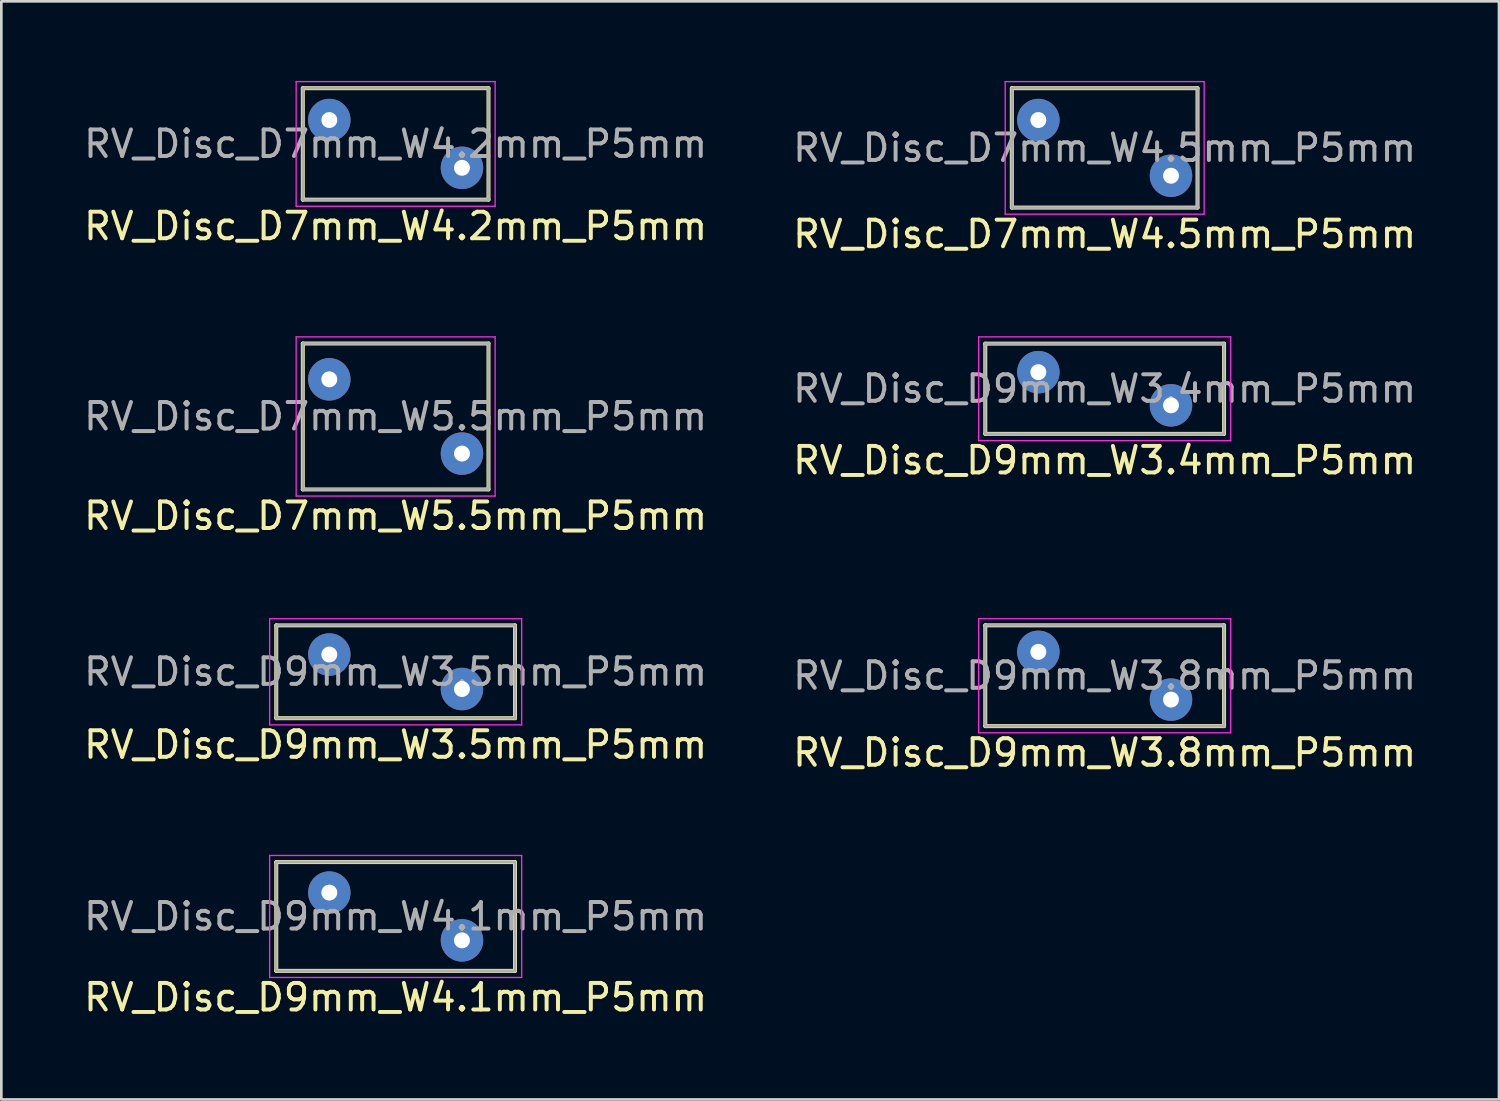
<source format=kicad_pcb>
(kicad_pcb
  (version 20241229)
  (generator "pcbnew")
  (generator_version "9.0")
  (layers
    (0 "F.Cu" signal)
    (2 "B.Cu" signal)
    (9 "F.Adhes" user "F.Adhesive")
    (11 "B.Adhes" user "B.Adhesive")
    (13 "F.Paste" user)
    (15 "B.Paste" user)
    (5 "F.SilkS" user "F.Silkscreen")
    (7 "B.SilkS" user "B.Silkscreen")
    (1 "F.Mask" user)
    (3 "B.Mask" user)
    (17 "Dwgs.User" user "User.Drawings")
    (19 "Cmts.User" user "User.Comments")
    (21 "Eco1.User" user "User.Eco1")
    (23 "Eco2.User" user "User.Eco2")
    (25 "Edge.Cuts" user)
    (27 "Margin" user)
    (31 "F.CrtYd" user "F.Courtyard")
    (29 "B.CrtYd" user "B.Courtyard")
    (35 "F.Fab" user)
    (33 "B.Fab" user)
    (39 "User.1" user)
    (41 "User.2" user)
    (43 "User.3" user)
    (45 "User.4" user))
  (footprint "RV_Disc_D9mm_W3.4mm_P5mm"
    (layer "F.Cu")
    (at 36.089 10.978)
    (property "Reference" "RV_Disc_D9mm_W3.4mm_P5mm" (at 2.5 3.325 0) (layer "F.SilkS") (effects (font (size 1 1) (thickness 0.15))))
    (attr through_hole)
    (fp_line (start -2 -1.075) (end -2 2.325) (stroke (width 0.15) (type solid)) (layer "F.SilkS"))
    (fp_line (start -2 -1.075) (end 7 -1.075) (stroke (width 0.15) (type solid)) (layer "F.SilkS"))
    (fp_line (start -2 2.325) (end 7 2.325) (stroke (width 0.15) (type solid)) (layer "F.SilkS"))
    (fp_line (start 7 -1.075) (end 7 2.325) (stroke (width 0.15) (type solid)) (layer "F.SilkS"))
    (fp_line (start -2.25 -1.33) (end -2.25 2.58) (stroke (width 0.05) (type solid)) (layer "F.CrtYd"))
    (fp_line (start -2.25 -1.33) (end 7.25 -1.33) (stroke (width 0.05) (type solid)) (layer "F.CrtYd"))
    (fp_line (start -2.25 2.58) (end 7.25 2.58) (stroke (width 0.05) (type solid)) (layer "F.CrtYd"))
    (fp_line (start 7.25 -1.33) (end 7.25 2.58) (stroke (width 0.05) (type solid)) (layer "F.CrtYd"))
    (fp_line (start -2 -1.075) (end -2 2.325) (stroke (width 0.1) (type solid)) (layer "F.Fab"))
    (fp_line (start -2 -1.075) (end 7 -1.075) (stroke (width 0.1) (type solid)) (layer "F.Fab"))
    (fp_line (start -2 2.325) (end 7 2.325) (stroke (width 0.1) (type solid)) (layer "F.Fab"))
    (fp_line (start 7 -1.075) (end 7 2.325) (stroke (width 0.1) (type solid)) (layer "F.Fab"))
    (fp_text user "${REFERENCE}" (at 2.5 0.625 0) (layer "F.Fab") (effects (font (size 1 1) (thickness 0.15))))
    (pad "1" thru_hole circle (at 0 0) (size 1.6 1.6) (drill 0.6) (layers "*.Cu" "*.Mask"))
    (pad "2" thru_hole circle (at 5 1.25) (size 1.6 1.6) (drill 0.6) (layers "*.Cu" "*.Mask")))
  (footprint "RV_Disc_D7mm_W4.2mm_P5mm"
    (layer "F.Cu")
    (at 9.363 1.475)
    (property "Reference" "RV_Disc_D7mm_W4.2mm_P5mm" (at 2.5 4 0) (layer "F.SilkS") (effects (font (size 1 1) (thickness 0.15))))
    (attr through_hole)
    (fp_line (start -1 -1.2) (end -1 3) (stroke (width 0.15) (type solid)) (layer "F.SilkS"))
    (fp_line (start -1 -1.2) (end 6 -1.2) (stroke (width 0.15) (type solid)) (layer "F.SilkS"))
    (fp_line (start -1 3) (end 6 3) (stroke (width 0.15) (type solid)) (layer "F.SilkS"))
    (fp_line (start 6 -1.2) (end 6 3) (stroke (width 0.15) (type solid)) (layer "F.SilkS"))
    (fp_line (start -1.25 -1.45) (end -1.25 3.25) (stroke (width 0.05) (type solid)) (layer "F.CrtYd"))
    (fp_line (start -1.25 -1.45) (end 6.25 -1.45) (stroke (width 0.05) (type solid)) (layer "F.CrtYd"))
    (fp_line (start -1.25 3.25) (end 6.25 3.25) (stroke (width 0.05) (type solid)) (layer "F.CrtYd"))
    (fp_line (start 6.25 -1.45) (end 6.25 3.25) (stroke (width 0.05) (type solid)) (layer "F.CrtYd"))
    (fp_line (start -1 -1.2) (end -1 3) (stroke (width 0.1) (type solid)) (layer "F.Fab"))
    (fp_line (start -1 -1.2) (end 6 -1.2) (stroke (width 0.1) (type solid)) (layer "F.Fab"))
    (fp_line (start -1 3) (end 6 3) (stroke (width 0.1) (type solid)) (layer "F.Fab"))
    (fp_line (start 6 -1.2) (end 6 3) (stroke (width 0.1) (type solid)) (layer "F.Fab"))
    (fp_text user "${REFERENCE}" (at 2.5 0.9 0) (layer "F.Fab") (effects (font (size 1 1) (thickness 0.15))))
    (pad "1" thru_hole circle (at 0 0) (size 1.6 1.6) (drill 0.6) (layers "*.Cu" "*.Mask"))
    (pad "2" thru_hole circle (at 5 1.8) (size 1.6 1.6) (drill 0.6) (layers "*.Cu" "*.Mask")))
  (footprint "RV_Disc_D9mm_W3.8mm_P5mm"
    (layer "F.Cu")
    (at 36.089 21.521)
    (property "Reference" "RV_Disc_D9mm_W3.8mm_P5mm" (at 2.5 3.8 0) (layer "F.SilkS") (effects (font (size 1 1) (thickness 0.15))))
    (attr through_hole)
    (fp_line (start -2 -1) (end -2 2.8) (stroke (width 0.15) (type solid)) (layer "F.SilkS"))
    (fp_line (start -2 -1) (end 7 -1) (stroke (width 0.15) (type solid)) (layer "F.SilkS"))
    (fp_line (start -2 2.8) (end 7 2.8) (stroke (width 0.15) (type solid)) (layer "F.SilkS"))
    (fp_line (start 7 -1) (end 7 2.8) (stroke (width 0.15) (type solid)) (layer "F.SilkS"))
    (fp_line (start -2.25 -1.25) (end -2.25 3.05) (stroke (width 0.05) (type solid)) (layer "F.CrtYd"))
    (fp_line (start -2.25 -1.25) (end 7.25 -1.25) (stroke (width 0.05) (type solid)) (layer "F.CrtYd"))
    (fp_line (start -2.25 3.05) (end 7.25 3.05) (stroke (width 0.05) (type solid)) (layer "F.CrtYd"))
    (fp_line (start 7.25 -1.25) (end 7.25 3.05) (stroke (width 0.05) (type solid)) (layer "F.CrtYd"))
    (fp_line (start -2 -1) (end -2 2.8) (stroke (width 0.1) (type solid)) (layer "F.Fab"))
    (fp_line (start -2 -1) (end 7 -1) (stroke (width 0.1) (type solid)) (layer "F.Fab"))
    (fp_line (start -2 2.8) (end 7 2.8) (stroke (width 0.1) (type solid)) (layer "F.Fab"))
    (fp_line (start 7 -1) (end 7 2.8) (stroke (width 0.1) (type solid)) (layer "F.Fab"))
    (fp_text user "${REFERENCE}" (at 2.5 0.9 0) (layer "F.Fab") (effects (font (size 1 1) (thickness 0.15))))
    (pad "1" thru_hole circle (at 0 0) (size 1.6 1.6) (drill 0.6) (layers "*.Cu" "*.Mask"))
    (pad "2" thru_hole circle (at 5 1.8) (size 1.6 1.6) (drill 0.6) (layers "*.Cu" "*.Mask")))
  (footprint "RV_Disc_D9mm_W3.5mm_P5mm"
    (layer "F.Cu")
    (at 9.363 21.622)
    (property "Reference" "RV_Disc_D9mm_W3.5mm_P5mm" (at 2.5 3.4 0) (layer "F.SilkS") (effects (font (size 1 1) (thickness 0.15))))
    (attr through_hole)
    (fp_line (start -2 -1.1) (end -2 2.4) (stroke (width 0.15) (type solid)) (layer "F.SilkS"))
    (fp_line (start -2 -1.1) (end 7 -1.1) (stroke (width 0.15) (type solid)) (layer "F.SilkS"))
    (fp_line (start -2 2.4) (end 7 2.4) (stroke (width 0.15) (type solid)) (layer "F.SilkS"))
    (fp_line (start 7 -1.1) (end 7 2.4) (stroke (width 0.15) (type solid)) (layer "F.SilkS"))
    (fp_line (start -2.25 -1.35) (end -2.25 2.65) (stroke (width 0.05) (type solid)) (layer "F.CrtYd"))
    (fp_line (start -2.25 -1.35) (end 7.25 -1.35) (stroke (width 0.05) (type solid)) (layer "F.CrtYd"))
    (fp_line (start -2.25 2.65) (end 7.25 2.65) (stroke (width 0.05) (type solid)) (layer "F.CrtYd"))
    (fp_line (start 7.25 -1.35) (end 7.25 2.65) (stroke (width 0.05) (type solid)) (layer "F.CrtYd"))
    (fp_line (start -2 -1.1) (end -2 2.4) (stroke (width 0.1) (type solid)) (layer "F.Fab"))
    (fp_line (start -2 -1.1) (end 7 -1.1) (stroke (width 0.1) (type solid)) (layer "F.Fab"))
    (fp_line (start -2 2.4) (end 7 2.4) (stroke (width 0.1) (type solid)) (layer "F.Fab"))
    (fp_line (start 7 -1.1) (end 7 2.4) (stroke (width 0.1) (type solid)) (layer "F.Fab"))
    (fp_text user "${REFERENCE}" (at 2.5 0.65 0) (layer "F.Fab") (effects (font (size 1 1) (thickness 0.15))))
    (pad "1" thru_hole circle (at 0 0) (size 1.6 1.6) (drill 0.6) (layers "*.Cu" "*.Mask"))
    (pad "2" thru_hole circle (at 5 1.3) (size 1.6 1.6) (drill 0.6) (layers "*.Cu" "*.Mask")))
  (footprint "RV_Disc_D7mm_W4.5mm_P5mm"
    (layer "F.Cu")
    (at 36.089 1.475)
    (property "Reference" "RV_Disc_D7mm_W4.5mm_P5mm" (at 2.5 4.3 0) (layer "F.SilkS") (effects (font (size 1 1) (thickness 0.15))))
    (attr through_hole)
    (fp_line (start -1 -1.2) (end -1 3.3) (stroke (width 0.15) (type solid)) (layer "F.SilkS"))
    (fp_line (start -1 -1.2) (end 6 -1.2) (stroke (width 0.15) (type solid)) (layer "F.SilkS"))
    (fp_line (start -1 3.3) (end 6 3.3) (stroke (width 0.15) (type solid)) (layer "F.SilkS"))
    (fp_line (start 6 -1.2) (end 6 3.3) (stroke (width 0.15) (type solid)) (layer "F.SilkS"))
    (fp_line (start -1.25 -1.45) (end -1.25 3.55) (stroke (width 0.05) (type solid)) (layer "F.CrtYd"))
    (fp_line (start -1.25 -1.45) (end 6.25 -1.45) (stroke (width 0.05) (type solid)) (layer "F.CrtYd"))
    (fp_line (start -1.25 3.55) (end 6.25 3.55) (stroke (width 0.05) (type solid)) (layer "F.CrtYd"))
    (fp_line (start 6.25 -1.45) (end 6.25 3.55) (stroke (width 0.05) (type solid)) (layer "F.CrtYd"))
    (fp_line (start -1 -1.2) (end -1 3.3) (stroke (width 0.1) (type solid)) (layer "F.Fab"))
    (fp_line (start -1 -1.2) (end 6 -1.2) (stroke (width 0.1) (type solid)) (layer "F.Fab"))
    (fp_line (start -1 3.3) (end 6 3.3) (stroke (width 0.1) (type solid)) (layer "F.Fab"))
    (fp_line (start 6 -1.2) (end 6 3.3) (stroke (width 0.1) (type solid)) (layer "F.Fab"))
    (fp_text user "${REFERENCE}" (at 2.5 1.05 0) (layer "F.Fab") (effects (font (size 1 1) (thickness 0.15))))
    (pad "1" thru_hole circle (at 0 0) (size 1.6 1.6) (drill 0.6) (layers "*.Cu" "*.Mask"))
    (pad "2" thru_hole circle (at 5 2.1) (size 1.6 1.6) (drill 0.6) (layers "*.Cu" "*.Mask")))
  (footprint "RV_Disc_D7mm_W5.5mm_P5mm"
    (layer "F.Cu")
    (at 9.363 11.248)
    (property "Reference" "RV_Disc_D7mm_W5.5mm_P5mm" (at 2.5 5.15 0) (layer "F.SilkS") (effects (font (size 1 1) (thickness 0.15))))
    (attr through_hole)
    (fp_line (start -1 -1.35) (end -1 4.15) (stroke (width 0.15) (type solid)) (layer "F.SilkS"))
    (fp_line (start -1 -1.35) (end 6 -1.35) (stroke (width 0.15) (type solid)) (layer "F.SilkS"))
    (fp_line (start -1 4.15) (end 6 4.15) (stroke (width 0.15) (type solid)) (layer "F.SilkS"))
    (fp_line (start 6 -1.35) (end 6 4.15) (stroke (width 0.15) (type solid)) (layer "F.SilkS"))
    (fp_line (start -1.25 -1.6) (end -1.25 4.4) (stroke (width 0.05) (type solid)) (layer "F.CrtYd"))
    (fp_line (start -1.25 -1.6) (end 6.25 -1.6) (stroke (width 0.05) (type solid)) (layer "F.CrtYd"))
    (fp_line (start -1.25 4.4) (end 6.25 4.4) (stroke (width 0.05) (type solid)) (layer "F.CrtYd"))
    (fp_line (start 6.25 -1.6) (end 6.25 4.4) (stroke (width 0.05) (type solid)) (layer "F.CrtYd"))
    (fp_line (start -1 -1.35) (end -1 4.15) (stroke (width 0.1) (type solid)) (layer "F.Fab"))
    (fp_line (start -1 -1.35) (end 6 -1.35) (stroke (width 0.1) (type solid)) (layer "F.Fab"))
    (fp_line (start -1 4.15) (end 6 4.15) (stroke (width 0.1) (type solid)) (layer "F.Fab"))
    (fp_line (start 6 -1.35) (end 6 4.15) (stroke (width 0.1) (type solid)) (layer "F.Fab"))
    (fp_text user "${REFERENCE}" (at 2.5 1.4 0) (layer "F.Fab") (effects (font (size 1 1) (thickness 0.15))))
    (pad "1" thru_hole circle (at 0 0) (size 1.6 1.6) (drill 0.6) (layers "*.Cu" "*.Mask"))
    (pad "2" thru_hole circle (at 5 2.8) (size 1.6 1.6) (drill 0.6) (layers "*.Cu" "*.Mask")))
  (footprint "RV_Disc_D9mm_W4.1mm_P5mm"
    (layer "F.Cu")
    (at 9.363 30.595)
    (property "Reference" "RV_Disc_D9mm_W4.1mm_P5mm" (at 2.5 3.95 0) (layer "F.SilkS") (effects (font (size 1 1) (thickness 0.15))))
    (attr through_hole)
    (fp_line (start -2 -1.15) (end -2 2.95) (stroke (width 0.15) (type solid)) (layer "F.SilkS"))
    (fp_line (start -2 -1.15) (end 7 -1.15) (stroke (width 0.15) (type solid)) (layer "F.SilkS"))
    (fp_line (start -2 2.95) (end 7 2.95) (stroke (width 0.15) (type solid)) (layer "F.SilkS"))
    (fp_line (start 7 -1.15) (end 7 2.95) (stroke (width 0.15) (type solid)) (layer "F.SilkS"))
    (fp_line (start -2.25 -1.4) (end -2.25 3.2) (stroke (width 0.05) (type solid)) (layer "F.CrtYd"))
    (fp_line (start -2.25 -1.4) (end 7.25 -1.4) (stroke (width 0.05) (type solid)) (layer "F.CrtYd"))
    (fp_line (start -2.25 3.2) (end 7.25 3.2) (stroke (width 0.05) (type solid)) (layer "F.CrtYd"))
    (fp_line (start 7.25 -1.4) (end 7.25 3.2) (stroke (width 0.05) (type solid)) (layer "F.CrtYd"))
    (fp_line (start -2 -1.15) (end -2 2.95) (stroke (width 0.1) (type solid)) (layer "F.Fab"))
    (fp_line (start -2 -1.15) (end 7 -1.15) (stroke (width 0.1) (type solid)) (layer "F.Fab"))
    (fp_line (start -2 2.95) (end 7 2.95) (stroke (width 0.1) (type solid)) (layer "F.Fab"))
    (fp_line (start 7 -1.15) (end 7 2.95) (stroke (width 0.1) (type solid)) (layer "F.Fab"))
    (fp_text user "${REFERENCE}" (at 2.5 0.9 0) (layer "F.Fab") (effects (font (size 1 1) (thickness 0.15))))
    (pad "1" thru_hole circle (at 0 0) (size 1.6 1.6) (drill 0.6) (layers "*.Cu" "*.Mask"))
    (pad "2" thru_hole circle (at 5 1.8) (size 1.6 1.6) (drill 0.6) (layers "*.Cu" "*.Mask")))
  (gr_rect
    (start -3 -3)
    (end 53.452 38.393)
    (stroke (width 0.1) (type default))
    (fill no)
    (layer "Edge.Cuts")))
</source>
